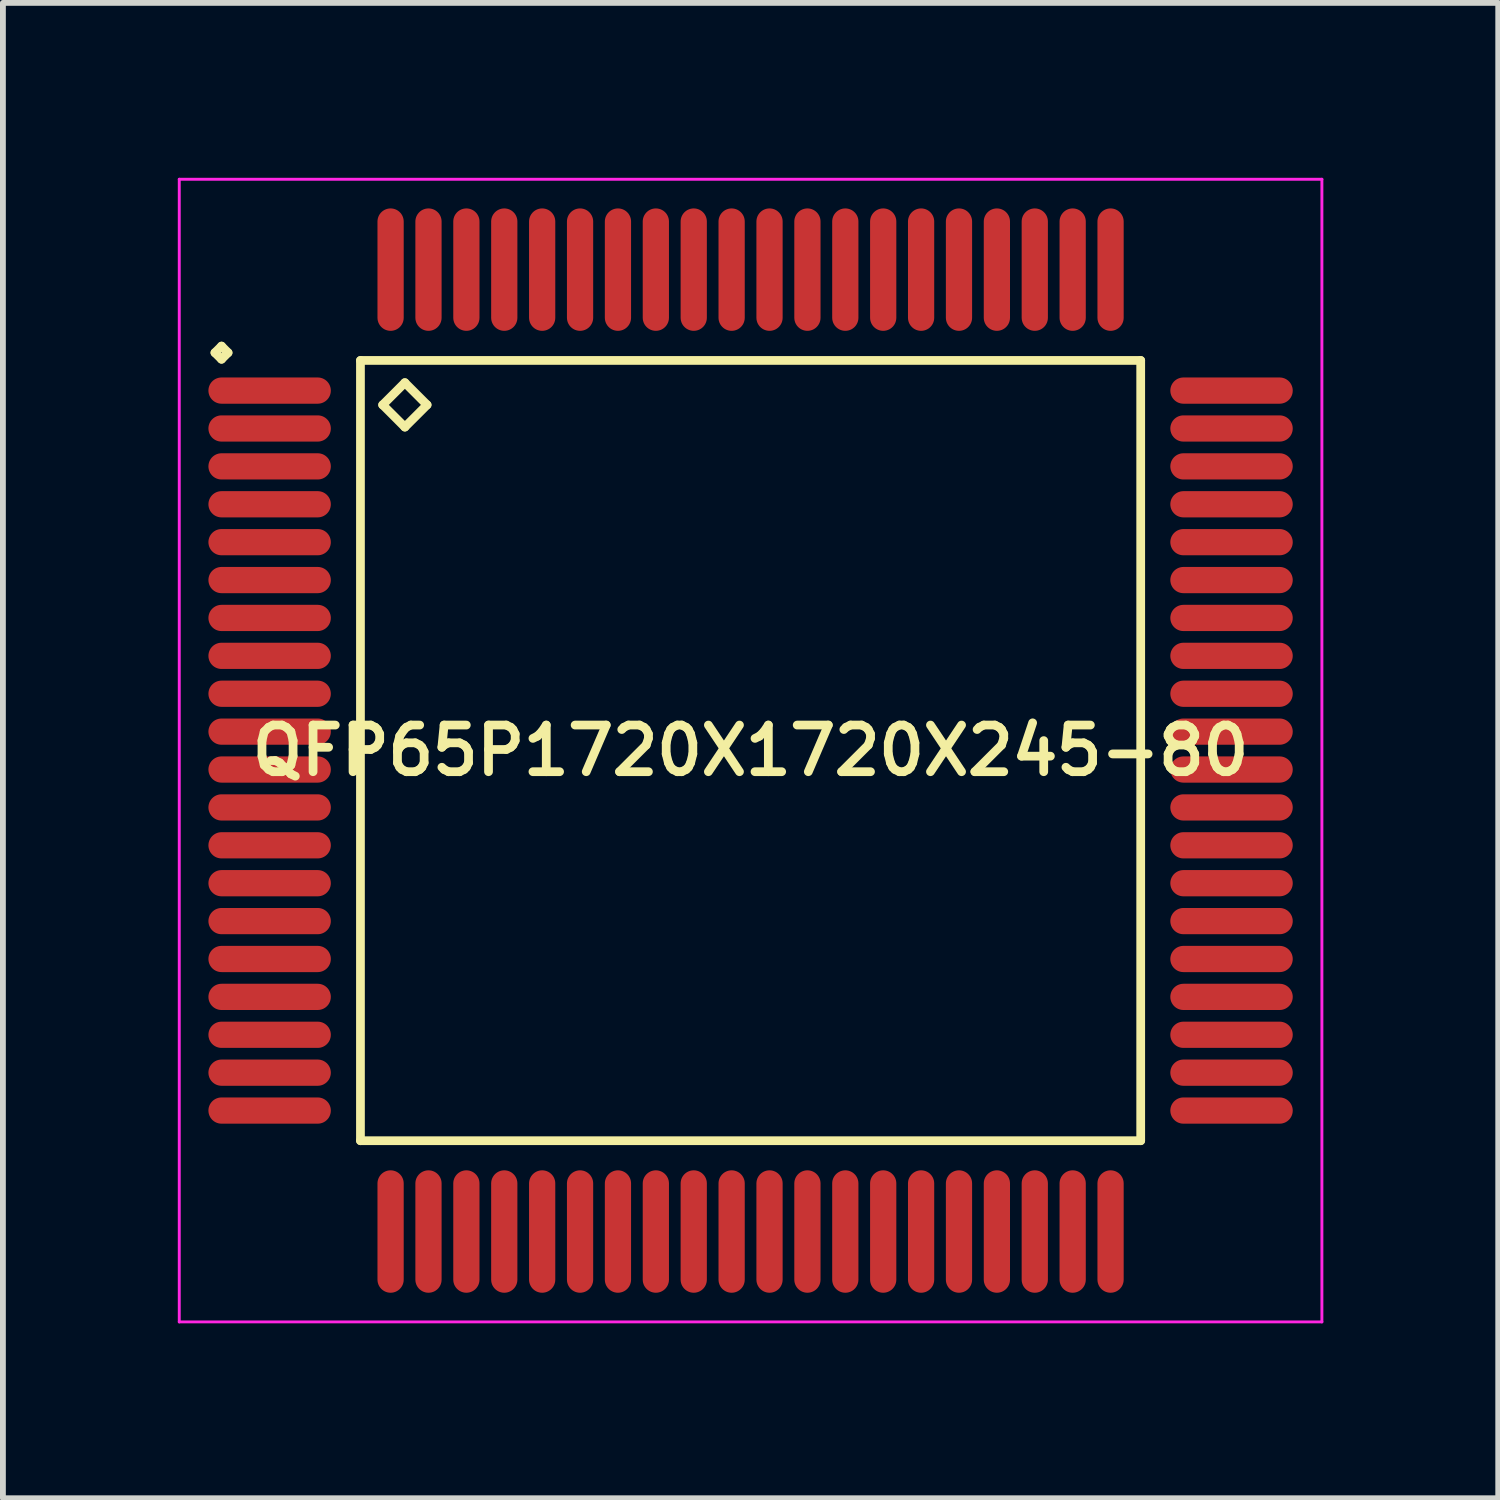
<source format=kicad_pcb>
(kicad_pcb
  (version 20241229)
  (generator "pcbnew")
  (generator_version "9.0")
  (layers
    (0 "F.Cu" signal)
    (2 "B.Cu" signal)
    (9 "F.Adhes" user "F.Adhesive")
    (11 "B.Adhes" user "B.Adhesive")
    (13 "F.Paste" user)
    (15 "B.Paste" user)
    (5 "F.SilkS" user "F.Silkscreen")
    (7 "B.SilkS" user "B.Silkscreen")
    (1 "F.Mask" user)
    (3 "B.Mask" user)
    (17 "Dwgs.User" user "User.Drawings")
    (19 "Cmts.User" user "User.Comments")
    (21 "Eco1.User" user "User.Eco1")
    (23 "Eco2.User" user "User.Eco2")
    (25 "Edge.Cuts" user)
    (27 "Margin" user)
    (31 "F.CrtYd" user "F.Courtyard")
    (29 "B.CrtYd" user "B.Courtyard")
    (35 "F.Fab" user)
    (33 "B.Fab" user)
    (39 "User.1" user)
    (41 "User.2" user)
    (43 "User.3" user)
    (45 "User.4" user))
  (footprint "QFP65P1720X1720X245-80"
    (layer "F.Cu")
    (at 9.825 9.825)
    (property "Reference" "QFP65P1720X1720X245-80" (at 0 0 0) (layer "F.SilkS") (effects (font (size 0.8 0.8) (thickness 0.15))))
    (attr smd)
    (fp_line (start -9.188 -6.825) (end -9.075 -6.938) (stroke (width 0.15) (type solid)) (layer "F.SilkS"))
    (fp_line (start -9.075 -6.938) (end -8.963 -6.825) (stroke (width 0.15) (type solid)) (layer "F.SilkS"))
    (fp_line (start -9.075 -6.713) (end -9.188 -6.825) (stroke (width 0.15) (type solid)) (layer "F.SilkS"))
    (fp_line (start -8.963 -6.825) (end -9.075 -6.713) (stroke (width 0.15) (type solid)) (layer "F.SilkS"))
    (fp_line (start -6.692 -6.692) (end -6.692 6.692) (stroke (width 0.15) (type solid)) (layer "F.SilkS"))
    (fp_line (start -6.692 6.692) (end 6.692 6.692) (stroke (width 0.15) (type solid)) (layer "F.SilkS"))
    (fp_line (start -6.311 -5.93) (end -5.93 -6.311) (stroke (width 0.15) (type solid)) (layer "F.SilkS"))
    (fp_line (start -5.93 -6.311) (end -5.549 -5.93) (stroke (width 0.15) (type solid)) (layer "F.SilkS"))
    (fp_line (start -5.93 -5.549) (end -6.311 -5.93) (stroke (width 0.15) (type solid)) (layer "F.SilkS"))
    (fp_line (start -5.549 -5.93) (end -5.93 -5.549) (stroke (width 0.15) (type solid)) (layer "F.SilkS"))
    (fp_line (start 6.692 -6.692) (end -6.692 -6.692) (stroke (width 0.15) (type solid)) (layer "F.SilkS"))
    (fp_line (start 6.692 6.692) (end 6.692 -6.692) (stroke (width 0.15) (type solid)) (layer "F.SilkS"))
    (fp_line (start -9.8 -9.8) (end 9.8 -9.8) (stroke (width 0.05) (type solid)) (layer "F.CrtYd"))
    (fp_line (start -9.8 9.8) (end -9.8 -9.8) (stroke (width 0.05) (type solid)) (layer "F.CrtYd"))
    (fp_line (start 9.8 -9.8) (end 9.8 9.8) (stroke (width 0.05) (type solid)) (layer "F.CrtYd"))
    (fp_line (start 9.8 9.8) (end -9.8 9.8) (stroke (width 0.05) (type solid)) (layer "F.CrtYd"))
    (pad "1" smd oval (at -8.25 -6.175) (size 2.1 0.45) (layers "F.Cu" "F.Mask" "F.Paste"))
    (pad "2" smd oval (at -8.25 -5.525) (size 2.1 0.45) (layers "F.Cu" "F.Mask" "F.Paste"))
    (pad "3" smd oval (at -8.25 -4.875) (size 2.1 0.45) (layers "F.Cu" "F.Mask" "F.Paste"))
    (pad "4" smd oval (at -8.25 -4.225) (size 2.1 0.45) (layers "F.Cu" "F.Mask" "F.Paste"))
    (pad "5" smd oval (at -8.25 -3.575) (size 2.1 0.45) (layers "F.Cu" "F.Mask" "F.Paste"))
    (pad "6" smd oval (at -8.25 -2.925) (size 2.1 0.45) (layers "F.Cu" "F.Mask" "F.Paste"))
    (pad "7" smd oval (at -8.25 -2.275) (size 2.1 0.45) (layers "F.Cu" "F.Mask" "F.Paste"))
    (pad "8" smd oval (at -8.25 -1.625) (size 2.1 0.45) (layers "F.Cu" "F.Mask" "F.Paste"))
    (pad "9" smd oval (at -8.25 -0.975) (size 2.1 0.45) (layers "F.Cu" "F.Mask" "F.Paste"))
    (pad "10" smd oval (at -8.25 -0.325) (size 2.1 0.45) (layers "F.Cu" "F.Mask" "F.Paste"))
    (pad "11" smd oval (at -8.25 0.325) (size 2.1 0.45) (layers "F.Cu" "F.Mask" "F.Paste"))
    (pad "12" smd oval (at -8.25 0.975) (size 2.1 0.45) (layers "F.Cu" "F.Mask" "F.Paste"))
    (pad "13" smd oval (at -8.25 1.625) (size 2.1 0.45) (layers "F.Cu" "F.Mask" "F.Paste"))
    (pad "14" smd oval (at -8.25 2.275) (size 2.1 0.45) (layers "F.Cu" "F.Mask" "F.Paste"))
    (pad "15" smd oval (at -8.25 2.925) (size 2.1 0.45) (layers "F.Cu" "F.Mask" "F.Paste"))
    (pad "16" smd oval (at -8.25 3.575) (size 2.1 0.45) (layers "F.Cu" "F.Mask" "F.Paste"))
    (pad "17" smd oval (at -8.25 4.225) (size 2.1 0.45) (layers "F.Cu" "F.Mask" "F.Paste"))
    (pad "18" smd oval (at -8.25 4.875) (size 2.1 0.45) (layers "F.Cu" "F.Mask" "F.Paste"))
    (pad "19" smd oval (at -8.25 5.525) (size 2.1 0.45) (layers "F.Cu" "F.Mask" "F.Paste"))
    (pad "20" smd oval (at -8.25 6.175) (size 2.1 0.45) (layers "F.Cu" "F.Mask" "F.Paste"))
    (pad "21" smd oval (at -6.175 8.25) (size 0.45 2.1) (layers "F.Cu" "F.Mask" "F.Paste"))
    (pad "22" smd oval (at -5.525 8.25) (size 0.45 2.1) (layers "F.Cu" "F.Mask" "F.Paste"))
    (pad "23" smd oval (at -4.875 8.25) (size 0.45 2.1) (layers "F.Cu" "F.Mask" "F.Paste"))
    (pad "24" smd oval (at -4.225 8.25) (size 0.45 2.1) (layers "F.Cu" "F.Mask" "F.Paste"))
    (pad "25" smd oval (at -3.575 8.25) (size 0.45 2.1) (layers "F.Cu" "F.Mask" "F.Paste"))
    (pad "26" smd oval (at -2.925 8.25) (size 0.45 2.1) (layers "F.Cu" "F.Mask" "F.Paste"))
    (pad "27" smd oval (at -2.275 8.25) (size 0.45 2.1) (layers "F.Cu" "F.Mask" "F.Paste"))
    (pad "28" smd oval (at -1.625 8.25) (size 0.45 2.1) (layers "F.Cu" "F.Mask" "F.Paste"))
    (pad "29" smd oval (at -0.975 8.25) (size 0.45 2.1) (layers "F.Cu" "F.Mask" "F.Paste"))
    (pad "30" smd oval (at -0.325 8.25) (size 0.45 2.1) (layers "F.Cu" "F.Mask" "F.Paste"))
    (pad "31" smd oval (at 0.325 8.25) (size 0.45 2.1) (layers "F.Cu" "F.Mask" "F.Paste"))
    (pad "32" smd oval (at 0.975 8.25) (size 0.45 2.1) (layers "F.Cu" "F.Mask" "F.Paste"))
    (pad "33" smd oval (at 1.625 8.25) (size 0.45 2.1) (layers "F.Cu" "F.Mask" "F.Paste"))
    (pad "34" smd oval (at 2.275 8.25) (size 0.45 2.1) (layers "F.Cu" "F.Mask" "F.Paste"))
    (pad "35" smd oval (at 2.925 8.25) (size 0.45 2.1) (layers "F.Cu" "F.Mask" "F.Paste"))
    (pad "36" smd oval (at 3.575 8.25) (size 0.45 2.1) (layers "F.Cu" "F.Mask" "F.Paste"))
    (pad "37" smd oval (at 4.225 8.25) (size 0.45 2.1) (layers "F.Cu" "F.Mask" "F.Paste"))
    (pad "38" smd oval (at 4.875 8.25) (size 0.45 2.1) (layers "F.Cu" "F.Mask" "F.Paste"))
    (pad "39" smd oval (at 5.525 8.25) (size 0.45 2.1) (layers "F.Cu" "F.Mask" "F.Paste"))
    (pad "40" smd oval (at 6.175 8.25) (size 0.45 2.1) (layers "F.Cu" "F.Mask" "F.Paste"))
    (pad "41" smd oval (at 8.25 6.175) (size 2.1 0.45) (layers "F.Cu" "F.Mask" "F.Paste"))
    (pad "42" smd oval (at 8.25 5.525) (size 2.1 0.45) (layers "F.Cu" "F.Mask" "F.Paste"))
    (pad "43" smd oval (at 8.25 4.875) (size 2.1 0.45) (layers "F.Cu" "F.Mask" "F.Paste"))
    (pad "44" smd oval (at 8.25 4.225) (size 2.1 0.45) (layers "F.Cu" "F.Mask" "F.Paste"))
    (pad "45" smd oval (at 8.25 3.575) (size 2.1 0.45) (layers "F.Cu" "F.Mask" "F.Paste"))
    (pad "46" smd oval (at 8.25 2.925) (size 2.1 0.45) (layers "F.Cu" "F.Mask" "F.Paste"))
    (pad "47" smd oval (at 8.25 2.275) (size 2.1 0.45) (layers "F.Cu" "F.Mask" "F.Paste"))
    (pad "48" smd oval (at 8.25 1.625) (size 2.1 0.45) (layers "F.Cu" "F.Mask" "F.Paste"))
    (pad "49" smd oval (at 8.25 0.975) (size 2.1 0.45) (layers "F.Cu" "F.Mask" "F.Paste"))
    (pad "50" smd oval (at 8.25 0.325) (size 2.1 0.45) (layers "F.Cu" "F.Mask" "F.Paste"))
    (pad "51" smd oval (at 8.25 -0.325) (size 2.1 0.45) (layers "F.Cu" "F.Mask" "F.Paste"))
    (pad "52" smd oval (at 8.25 -0.975) (size 2.1 0.45) (layers "F.Cu" "F.Mask" "F.Paste"))
    (pad "53" smd oval (at 8.25 -1.625) (size 2.1 0.45) (layers "F.Cu" "F.Mask" "F.Paste"))
    (pad "54" smd oval (at 8.25 -2.275) (size 2.1 0.45) (layers "F.Cu" "F.Mask" "F.Paste"))
    (pad "55" smd oval (at 8.25 -2.925) (size 2.1 0.45) (layers "F.Cu" "F.Mask" "F.Paste"))
    (pad "56" smd oval (at 8.25 -3.575) (size 2.1 0.45) (layers "F.Cu" "F.Mask" "F.Paste"))
    (pad "57" smd oval (at 8.25 -4.225) (size 2.1 0.45) (layers "F.Cu" "F.Mask" "F.Paste"))
    (pad "58" smd oval (at 8.25 -4.875) (size 2.1 0.45) (layers "F.Cu" "F.Mask" "F.Paste"))
    (pad "59" smd oval (at 8.25 -5.525) (size 2.1 0.45) (layers "F.Cu" "F.Mask" "F.Paste"))
    (pad "60" smd oval (at 8.25 -6.175) (size 2.1 0.45) (layers "F.Cu" "F.Mask" "F.Paste"))
    (pad "61" smd oval (at 6.175 -8.25) (size 0.45 2.1) (layers "F.Cu" "F.Mask" "F.Paste"))
    (pad "62" smd oval (at 5.525 -8.25) (size 0.45 2.1) (layers "F.Cu" "F.Mask" "F.Paste"))
    (pad "63" smd oval (at 4.875 -8.25) (size 0.45 2.1) (layers "F.Cu" "F.Mask" "F.Paste"))
    (pad "64" smd oval (at 4.225 -8.25) (size 0.45 2.1) (layers "F.Cu" "F.Mask" "F.Paste"))
    (pad "65" smd oval (at 3.575 -8.25) (size 0.45 2.1) (layers "F.Cu" "F.Mask" "F.Paste"))
    (pad "66" smd oval (at 2.925 -8.25) (size 0.45 2.1) (layers "F.Cu" "F.Mask" "F.Paste"))
    (pad "67" smd oval (at 2.275 -8.25) (size 0.45 2.1) (layers "F.Cu" "F.Mask" "F.Paste"))
    (pad "68" smd oval (at 1.625 -8.25) (size 0.45 2.1) (layers "F.Cu" "F.Mask" "F.Paste"))
    (pad "69" smd oval (at 0.975 -8.25) (size 0.45 2.1) (layers "F.Cu" "F.Mask" "F.Paste"))
    (pad "70" smd oval (at 0.325 -8.25) (size 0.45 2.1) (layers "F.Cu" "F.Mask" "F.Paste"))
    (pad "71" smd oval (at -0.325 -8.25) (size 0.45 2.1) (layers "F.Cu" "F.Mask" "F.Paste"))
    (pad "72" smd oval (at -0.975 -8.25) (size 0.45 2.1) (layers "F.Cu" "F.Mask" "F.Paste"))
    (pad "73" smd oval (at -1.625 -8.25) (size 0.45 2.1) (layers "F.Cu" "F.Mask" "F.Paste"))
    (pad "74" smd oval (at -2.275 -8.25) (size 0.45 2.1) (layers "F.Cu" "F.Mask" "F.Paste"))
    (pad "75" smd oval (at -2.925 -8.25) (size 0.45 2.1) (layers "F.Cu" "F.Mask" "F.Paste"))
    (pad "76" smd oval (at -3.575 -8.25) (size 0.45 2.1) (layers "F.Cu" "F.Mask" "F.Paste"))
    (pad "77" smd oval (at -4.225 -8.25) (size 0.45 2.1) (layers "F.Cu" "F.Mask" "F.Paste"))
    (pad "78" smd oval (at -4.875 -8.25) (size 0.45 2.1) (layers "F.Cu" "F.Mask" "F.Paste"))
    (pad "79" smd oval (at -5.525 -8.25) (size 0.45 2.1) (layers "F.Cu" "F.Mask" "F.Paste"))
    (pad "80" smd oval (at -6.175 -8.25) (size 0.45 2.1) (layers "F.Cu" "F.Mask" "F.Paste")))
  (gr_rect
    (start -3 -3)
    (end 22.65 22.65)
    (stroke (width 0.1) (type default))
    (fill no)
    (layer "Edge.Cuts")))
</source>
